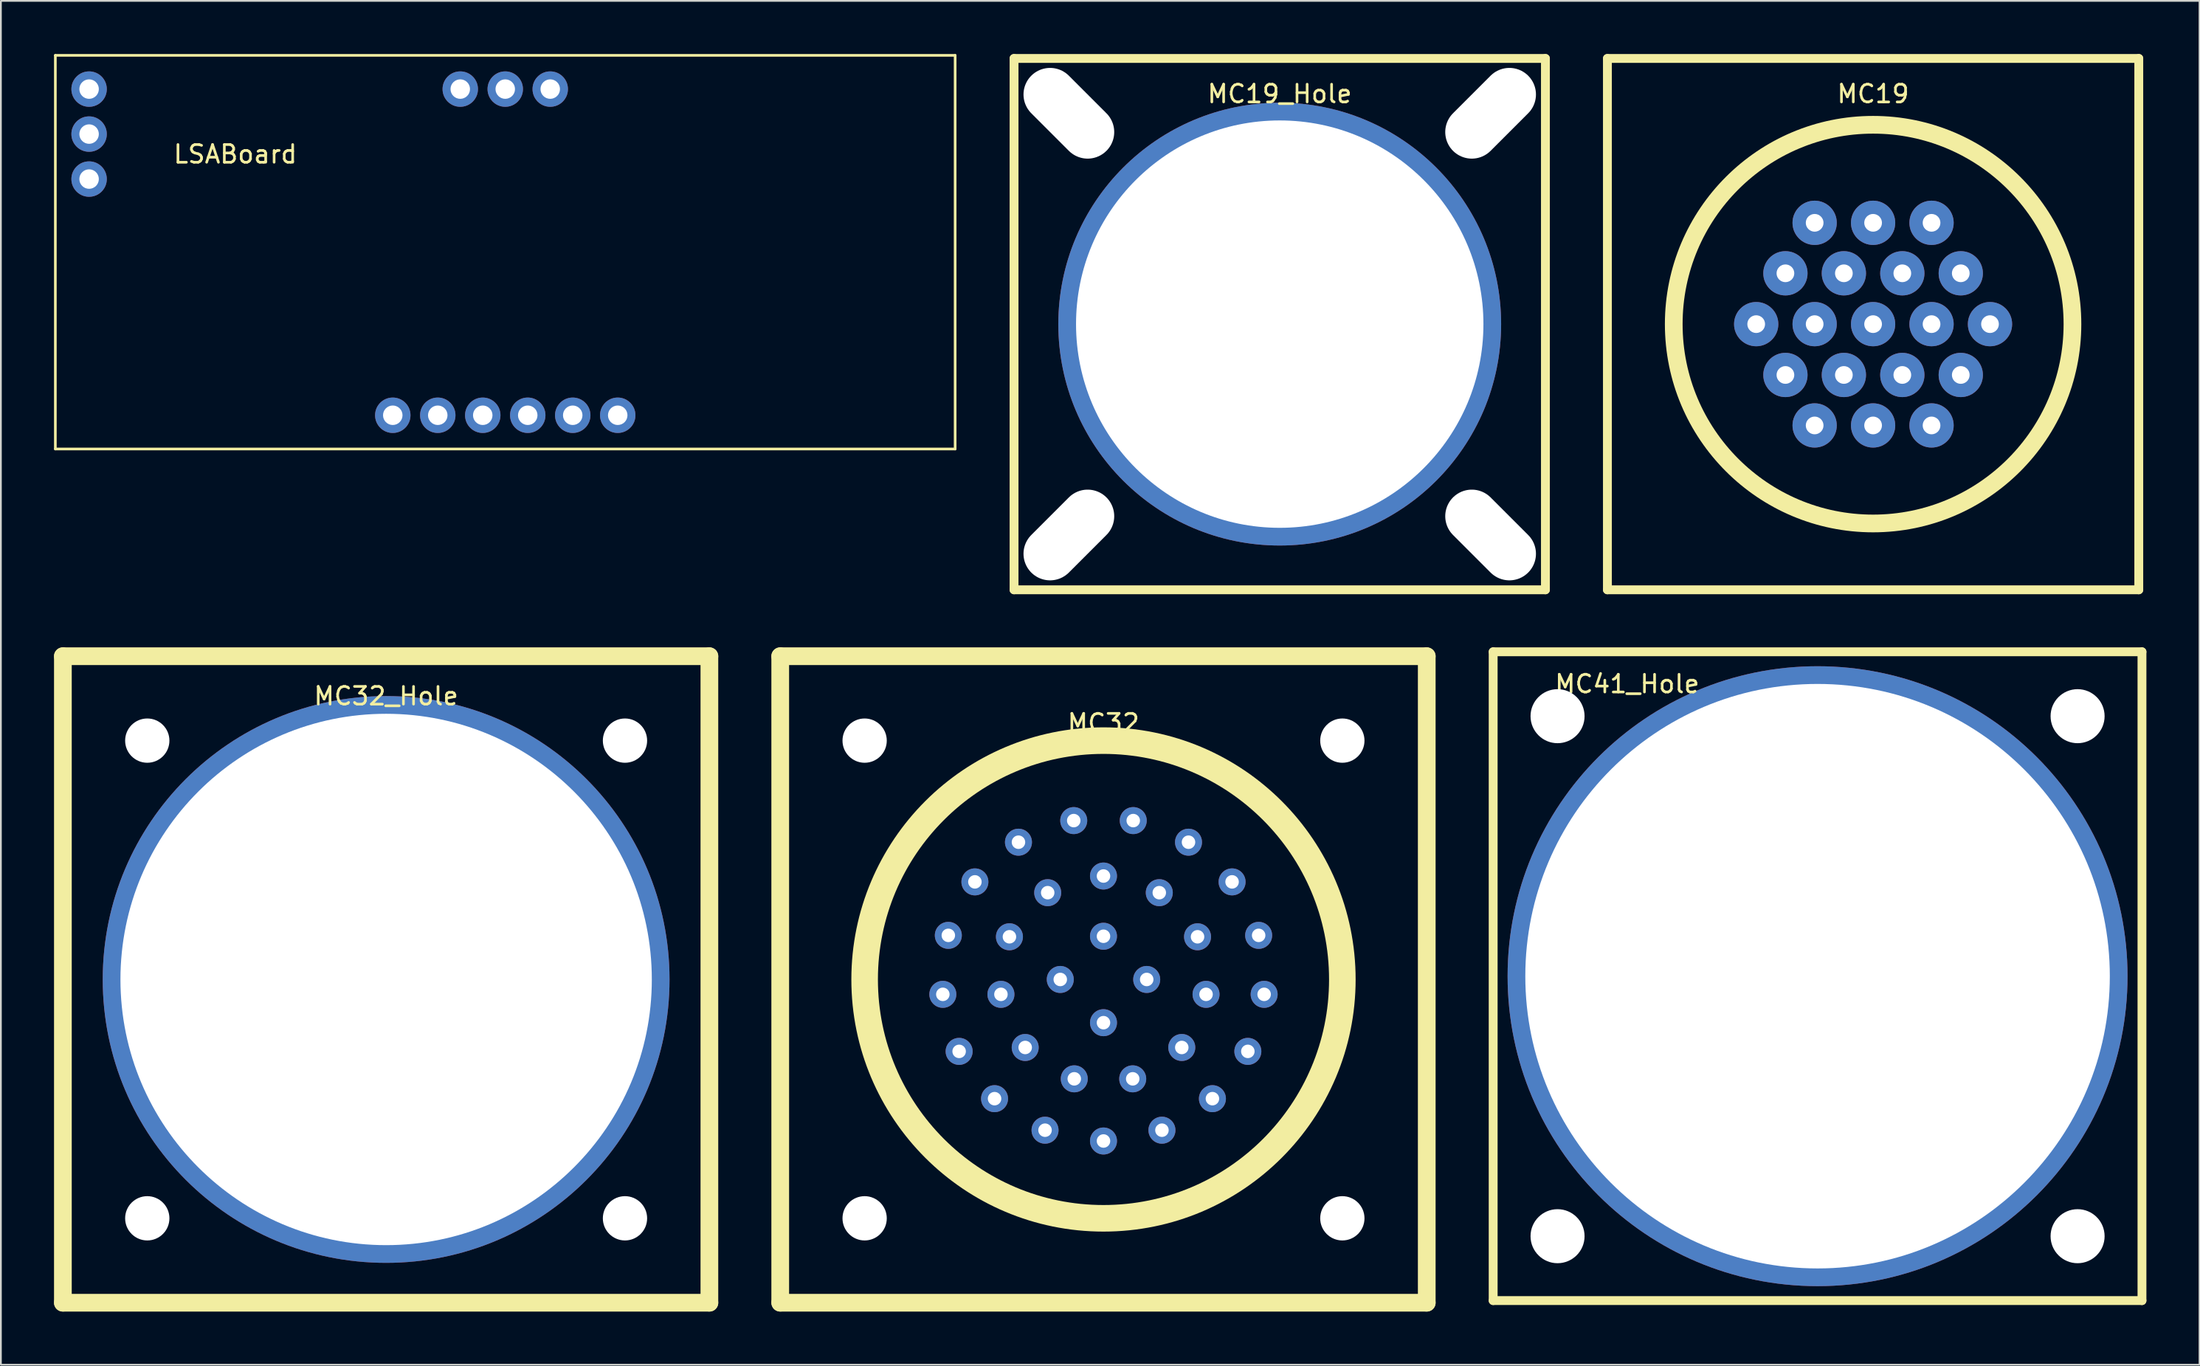
<source format=kicad_pcb>
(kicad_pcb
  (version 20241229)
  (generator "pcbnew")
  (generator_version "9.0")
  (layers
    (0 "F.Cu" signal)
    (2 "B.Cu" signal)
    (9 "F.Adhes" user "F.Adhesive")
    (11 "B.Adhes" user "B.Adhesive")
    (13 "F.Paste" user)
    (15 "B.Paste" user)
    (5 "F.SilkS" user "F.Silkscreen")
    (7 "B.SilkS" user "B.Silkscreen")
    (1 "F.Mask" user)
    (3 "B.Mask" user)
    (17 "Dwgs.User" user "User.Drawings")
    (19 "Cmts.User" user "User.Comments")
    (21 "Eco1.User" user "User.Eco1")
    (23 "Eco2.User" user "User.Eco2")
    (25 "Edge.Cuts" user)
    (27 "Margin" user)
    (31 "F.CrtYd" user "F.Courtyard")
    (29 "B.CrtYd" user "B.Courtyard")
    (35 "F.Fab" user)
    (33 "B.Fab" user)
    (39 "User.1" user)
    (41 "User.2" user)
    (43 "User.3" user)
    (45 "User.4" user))
  (footprint "MC41_Hole"
    (layer "F.Cu")
    (at 99.565 52.065)
    (property "Reference" "MC41_Hole" (at -10.75 -16.5 0) (layer "F.SilkS") (effects (font (size 1 1) (thickness 0.15))))
    (attr through_hole exclude_from_bom)
    (fp_line (start -18.315 -18.315) (end -18.315 18.315) (stroke (width 0.5) (type solid)) (layer "F.SilkS"))
    (fp_line (start -18.315 -18.315) (end 18.315 -18.315) (stroke (width 0.5) (type solid)) (layer "F.SilkS"))
    (fp_line (start 18.315 18.315) (end -18.315 18.315) (stroke (width 0.5) (type solid)) (layer "F.SilkS"))
    (fp_line (start 18.315 18.315) (end 18.315 -18.315) (stroke (width 0.5) (type solid)) (layer "F.SilkS"))
    (pad "" np_thru_hole circle (at -14.68 -14.68) (size 3.05 3.05) (drill 3.05) (layers "*.Cu" "*.Mask"))
    (pad "" np_thru_hole circle (at -14.68 14.68) (size 3.05 3.05) (drill 3.05) (layers "*.Cu" "*.Mask"))
    (pad "" np_thru_hole circle (at 0 0) (size 35 35) (drill 33) (layers "*.Cu" "*.Mask"))
    (pad "" np_thru_hole circle (at 14.68 -14.68) (size 3.05 3.05) (drill 3.05) (layers "*.Cu" "*.Mask"))
    (pad "" np_thru_hole circle (at 14.68 14.68) (size 3.05 3.05) (drill 3.05) (layers "*.Cu" "*.Mask")))
  (footprint "MC19_Hole"
    (layer "F.Cu")
    (at 69.2 15.25)
    (property "Reference" "MC19_Hole" (at 0 -13 0) (layer "F.SilkS") (effects (font (size 1 1) (thickness 0.15))))
    (attr through_hole exclude_from_bom)
    (fp_line (start -15 -15) (end 15 -15) (stroke (width 0.5) (type solid)) (layer "F.SilkS"))
    (fp_line (start -15 15) (end -15 -15) (stroke (width 0.5) (type solid)) (layer "F.SilkS"))
    (fp_line (start 15 -15) (end 15 15) (stroke (width 0.5) (type solid)) (layer "F.SilkS"))
    (fp_line (start 15 15) (end -15 15) (stroke (width 0.5) (type solid)) (layer "F.SilkS"))
    (pad "" np_thru_hole oval (at -11.905 -11.905 45) (size 3 6) (drill oval 3 6) (layers "*.Cu" "*.Mask"))
    (pad "" np_thru_hole oval (at -11.905 11.905 315) (size 3 6) (drill oval 3 6) (layers "*.Cu" "*.Mask"))
    (pad "" np_thru_hole circle (at 0 0) (size 25 25) (drill 23) (layers "*.Cu" "*.Mask"))
    (pad "" np_thru_hole oval (at 11.905 -11.905 315) (size 3 6) (drill oval 3 6) (layers "*.Cu" "*.Mask"))
    (pad "" np_thru_hole oval (at 11.905 11.905 45) (size 3 6) (drill oval 3 6) (layers "*.Cu" "*.Mask")))
  (footprint "MC19"
    (layer "F.Cu")
    (at 102.7 15.25)
    (property "Reference" "MC19" (at 0 -13 0) (layer "F.SilkS") (effects (font (size 1 1) (thickness 0.15))))
    (attr through_hole)
    (fp_line (start -15 -15) (end 15 -15) (stroke (width 0.5) (type solid)) (layer "F.SilkS"))
    (fp_line (start -15 15) (end -15 -15) (stroke (width 0.5) (type solid)) (layer "F.SilkS"))
    (fp_line (start 15 -15) (end 15 15) (stroke (width 0.5) (type solid)) (layer "F.SilkS"))
    (fp_line (start 15 15) (end -15 15) (stroke (width 0.5) (type solid)) (layer "F.SilkS"))
    (fp_circle (center 0 0) (end 11.255 0) (stroke (width 1) (type solid)) (fill no) (layer "F.SilkS"))
    (pad "A" thru_hole circle (at 0 -5.72) (size 2.5 2.5) (drill 1) (layers "*.Cu" "*.Mask"))
    (pad "B" thru_hole circle (at 3.3 -5.72) (size 2.5 2.5) (drill 1) (layers "*.Cu" "*.Mask"))
    (pad "C" thru_hole circle (at 4.95 -2.87) (size 2.5 2.5) (drill 1) (layers "*.Cu" "*.Mask"))
    (pad "D" thru_hole circle (at 6.6 0) (size 2.5 2.5) (drill 1) (layers "*.Cu" "*.Mask"))
    (pad "E" thru_hole circle (at 4.95 2.87) (size 2.5 2.5) (drill 1) (layers "*.Cu" "*.Mask"))
    (pad "F" thru_hole circle (at 3.3 5.72) (size 2.5 2.5) (drill 1) (layers "*.Cu" "*.Mask"))
    (pad "G" thru_hole circle (at 0 5.72) (size 2.5 2.5) (drill 1) (layers "*.Cu" "*.Mask"))
    (pad "H" thru_hole circle (at -3.3 5.72) (size 2.5 2.5) (drill 1) (layers "*.Cu" "*.Mask"))
    (pad "J" thru_hole circle (at -4.95 2.87) (size 2.5 2.5) (drill 1) (layers "*.Cu" "*.Mask"))
    (pad "K" thru_hole circle (at -6.6 0) (size 2.5 2.5) (drill 1) (layers "*.Cu" "*.Mask"))
    (pad "L" thru_hole circle (at -4.95 -2.87) (size 2.5 2.5) (drill 1) (layers "*.Cu" "*.Mask"))
    (pad "M" thru_hole circle (at -3.3 -5.72) (size 2.5 2.5) (drill 1) (layers "*.Cu" "*.Mask"))
    (pad "N" thru_hole circle (at -1.65 -2.87) (size 2.5 2.5) (drill 1) (layers "*.Cu" "*.Mask"))
    (pad "P" thru_hole circle (at 1.65 -2.87) (size 2.5 2.5) (drill 1) (layers "*.Cu" "*.Mask"))
    (pad "R" thru_hole circle (at 3.3 0) (size 2.5 2.5) (drill 1) (layers "*.Cu" "*.Mask"))
    (pad "S" thru_hole circle (at 1.65 2.87) (size 2.5 2.5) (drill 1) (layers "*.Cu" "*.Mask"))
    (pad "T" thru_hole circle (at -1.65 2.87) (size 2.5 2.5) (drill 1) (layers "*.Cu" "*.Mask"))
    (pad "U" thru_hole circle (at -3.3 0) (size 2.5 2.5) (drill 1) (layers "*.Cu" "*.Mask"))
    (pad "V" thru_hole circle (at 0 0) (size 2.5 2.5) (drill 1) (layers "*.Cu" "*.Mask")))
  (footprint "LSABoard"
    (layer "F.Cu")
    (at 5.155 5.155)
    (property "Reference" "LSABoard" (at 5.08 0.5 0) (layer "F.SilkS") (effects (font (size 1 1) (thickness 0.15))))
    (attr through_hole)
    (fp_line (start -5.08 -5.08) (end 45.72 -5.08) (stroke (width 0.15) (type solid)) (layer "F.SilkS"))
    (fp_line (start -5.08 17.145) (end -5.08 -5.08) (stroke (width 0.15) (type solid)) (layer "F.SilkS"))
    (fp_line (start 45.72 -5.08) (end 45.72 17.145) (stroke (width 0.15) (type solid)) (layer "F.SilkS"))
    (fp_line (start 45.72 17.145) (end -5.08 17.145) (stroke (width 0.15) (type solid)) (layer "F.SilkS"))
    (pad "1" thru_hole circle (at 13.97 15.24) (size 2 2) (drill 1.1) (layers "*.Cu" "*.Mask"))
    (pad "2" thru_hole circle (at 16.51 15.24) (size 2 2) (drill 1.1) (layers "*.Cu" "*.Mask"))
    (pad "3" thru_hole circle (at 19.05 15.24) (size 2 2) (drill 1.1) (layers "*.Cu" "*.Mask"))
    (pad "4" thru_hole circle (at 21.59 15.24) (size 2 2) (drill 1.1) (layers "*.Cu" "*.Mask"))
    (pad "5" thru_hole circle (at 24.13 15.24) (size 2 2) (drill 1.1) (layers "*.Cu" "*.Mask"))
    (pad "6" thru_hole circle (at 26.67 15.24) (size 2 2) (drill 1.1) (layers "*.Cu" "*.Mask"))
    (pad "11" thru_hole circle (at 17.78 -3.175) (size 2 2) (drill 1.1) (layers "*.Cu" "*.Mask"))
    (pad "12" thru_hole circle (at 20.32 -3.175) (size 2 2) (drill 1.1) (layers "*.Cu" "*.Mask"))
    (pad "13" thru_hole circle (at 22.86 -3.175) (size 2 2) (drill 1.1) (layers "*.Cu" "*.Mask"))
    (pad "21" thru_hole circle (at -3.175 -3.175) (size 2 2) (drill 1.1) (layers "*.Cu" "*.Mask"))
    (pad "22" thru_hole circle (at -3.175 -0.635) (size 2 2) (drill 1.1) (layers "*.Cu" "*.Mask"))
    (pad "23" thru_hole circle (at -3.175 1.905) (size 2 2) (drill 1.1) (layers "*.Cu" "*.Mask")))
  (footprint "MC32_Hole"
    (layer "F.Cu")
    (at 18.75 52.25)
    (property "Reference" "MC32_Hole" (at 0 -16 0) (layer "F.SilkS") (effects (font (size 1 1) (thickness 0.15))))
    (attr through_hole exclude_from_bom)
    (fp_line (start -18.25 -18.25) (end -18.25 18.25) (stroke (width 1) (type solid)) (layer "F.SilkS"))
    (fp_line (start -18.25 -18.25) (end 18.25 -18.25) (stroke (width 1) (type solid)) (layer "F.SilkS"))
    (fp_line (start 18.25 18.25) (end -18.25 18.25) (stroke (width 1) (type solid)) (layer "F.SilkS"))
    (fp_line (start 18.25 18.25) (end 18.25 -18.25) (stroke (width 1) (type solid)) (layer "F.SilkS"))
    (pad "" np_thru_hole circle (at -13.485 -13.485) (size 2.5 2.5) (drill 2.5) (layers "*.Cu" "*.Mask"))
    (pad "" np_thru_hole circle (at -13.485 13.485) (size 2.5 2.5) (drill 2.5) (layers "*.Cu" "*.Mask"))
    (pad "" np_thru_hole circle (at 0 0) (size 32 32) (drill 30) (layers "*.Cu" "*.Mask"))
    (pad "" np_thru_hole circle (at 13.485 -13.485) (size 2.5 2.5) (drill 2.5) (layers "*.Cu" "*.Mask"))
    (pad "" np_thru_hole circle (at 13.485 13.485) (size 2.5 2.5) (drill 2.5) (layers "*.Cu" "*.Mask")))
  (footprint "MC32"
    (layer "F.Cu")
    (at 59.25 52.25)
    (property "Reference" "MC32" (at 0 -14.478 0) (layer "F.SilkS") (effects (font (size 1 1) (thickness 0.15))))
    (attr through_hole)
    (fp_line (start -18.25 -18.25) (end -18.25 18.25) (stroke (width 1) (type solid)) (layer "F.SilkS"))
    (fp_line (start -18.25 -18.25) (end 18.25 -18.25) (stroke (width 1) (type solid)) (layer "F.SilkS"))
    (fp_line (start 18.25 18.25) (end -18.25 18.25) (stroke (width 1) (type solid)) (layer "F.SilkS"))
    (fp_line (start 18.25 18.25) (end 18.25 -18.25) (stroke (width 1) (type solid)) (layer "F.SilkS"))
    (fp_circle (center 0 0) (end 13.485 0) (stroke (width 1.5) (type solid)) (fill no) (layer "F.SilkS"))
    (pad "" np_thru_hole circle (at -13.485 -13.485) (size 2.5 2.5) (drill 2.5) (layers "*.Cu" "*.Mask"))
    (pad "" np_thru_hole circle (at -13.485 13.485) (size 2.5 2.5) (drill 2.5) (layers "*.Cu" "*.Mask"))
    (pad "" np_thru_hole circle (at 13.485 -13.485) (size 2.5 2.5) (drill 2.5) (layers "*.Cu" "*.Mask"))
    (pad "" np_thru_hole circle (at 13.485 13.485) (size 2.5 2.5) (drill 2.5) (layers "*.Cu" "*.Mask"))
    (pad "A" thru_hole circle (at 1.68 -8.97) (size 1.524 1.524) (drill 0.762) (layers "*.Cu" "*.Mask"))
    (pad "B" thru_hole circle (at 4.8 -7.75) (size 1.524 1.524) (drill 0.762) (layers "*.Cu" "*.Mask"))
    (pad "C" thru_hole circle (at 7.26 -5.51) (size 1.524 1.524) (drill 0.762) (layers "*.Cu" "*.Mask"))
    (pad "D" thru_hole circle (at 8.76 -2.49) (size 1.524 1.524) (drill 0.762) (layers "*.Cu" "*.Mask"))
    (pad "E" thru_hole circle (at 9.07 0.84) (size 1.524 1.524) (drill 0.762) (layers "*.Cu" "*.Mask"))
    (pad "F" thru_hole circle (at 8.15 4.06) (size 1.524 1.524) (drill 0.762) (layers "*.Cu" "*.Mask"))
    (pad "G" thru_hole circle (at 6.15 6.73) (size 1.524 1.524) (drill 0.762) (layers "*.Cu" "*.Mask"))
    (pad "H" thru_hole circle (at 3.3 8.51) (size 1.524 1.524) (drill 0.762) (layers "*.Cu" "*.Mask"))
    (pad "J" thru_hole circle (at 0 9.12) (size 1.524 1.524) (drill 0.762) (layers "*.Cu" "*.Mask"))
    (pad "K" thru_hole circle (at -3.3 8.51) (size 1.524 1.524) (drill 0.762) (layers "*.Cu" "*.Mask"))
    (pad "L" thru_hole circle (at -6.15 6.73) (size 1.524 1.524) (drill 0.762) (layers "*.Cu" "*.Mask"))
    (pad "M" thru_hole circle (at -8.15 4.06) (size 1.524 1.524) (drill 0.762) (layers "*.Cu" "*.Mask"))
    (pad "N" thru_hole circle (at -9.07 0.84) (size 1.524 1.524) (drill 0.762) (layers "*.Cu" "*.Mask"))
    (pad "P" thru_hole circle (at -8.76 -2.49) (size 1.524 1.524) (drill 0.762) (layers "*.Cu" "*.Mask"))
    (pad "R" thru_hole circle (at -7.26 -5.51) (size 1.524 1.524) (drill 0.762) (layers "*.Cu" "*.Mask"))
    (pad "S" thru_hole circle (at -4.8 -7.75) (size 1.524 1.524) (drill 0.762) (layers "*.Cu" "*.Mask"))
    (pad "T" thru_hole circle (at -1.68 -8.97) (size 1.524 1.524) (drill 0.762) (layers "*.Cu" "*.Mask"))
    (pad "U" thru_hole circle (at 0 -5.84) (size 1.524 1.524) (drill 0.762) (layers "*.Cu" "*.Mask"))
    (pad "V" thru_hole circle (at 3.15 -4.9) (size 1.524 1.524) (drill 0.762) (layers "*.Cu" "*.Mask"))
    (pad "W" thru_hole circle (at 5.31 -2.41) (size 1.524 1.524) (drill 0.762) (layers "*.Cu" "*.Mask"))
    (pad "X" thru_hole circle (at 5.79 0.84) (size 1.524 1.524) (drill 0.762) (layers "*.Cu" "*.Mask"))
    (pad "Y" thru_hole circle (at 4.42 3.84) (size 1.524 1.524) (drill 0.762) (layers "*.Cu" "*.Mask"))
    (pad "Z" thru_hole circle (at 1.65 5.61) (size 1.524 1.524) (drill 0.762) (layers "*.Cu" "*.Mask"))
    (pad "~a~" thru_hole circle (at -1.65 5.61) (size 1.524 1.524) (drill 0.762) (layers "*.Cu" "*.Mask"))
    (pad "~b~" thru_hole circle (at -4.42 3.84) (size 1.524 1.524) (drill 0.762) (layers "*.Cu" "*.Mask"))
    (pad "~c~" thru_hole circle (at -5.79 0.84) (size 1.524 1.524) (drill 0.762) (layers "*.Cu" "*.Mask"))
    (pad "~d~" thru_hole circle (at -5.31 -2.41) (size 1.524 1.524) (drill 0.762) (layers "*.Cu" "*.Mask"))
    (pad "~e~" thru_hole circle (at -3.15 -4.9) (size 1.524 1.524) (drill 0.762) (layers "*.Cu" "*.Mask"))
    (pad "~f~" thru_hole circle (at 0 -2.44) (size 1.524 1.524) (drill 0.762) (layers "*.Cu" "*.Mask"))
    (pad "~g~" thru_hole circle (at 2.44 0) (size 1.524 1.524) (drill 0.762) (layers "*.Cu" "*.Mask"))
    (pad "~h~" thru_hole circle (at 0 2.44) (size 1.524 1.524) (drill 0.762) (layers "*.Cu" "*.Mask"))
    (pad "~j~" thru_hole circle (at -2.44 0) (size 1.524 1.524) (drill 0.762) (layers "*.Cu" "*.Mask")))
  (gr_rect
    (start -3 -3)
    (end 121.13 74)
    (stroke (width 0.1) (type default))
    (fill no)
    (layer "Edge.Cuts")))
</source>
